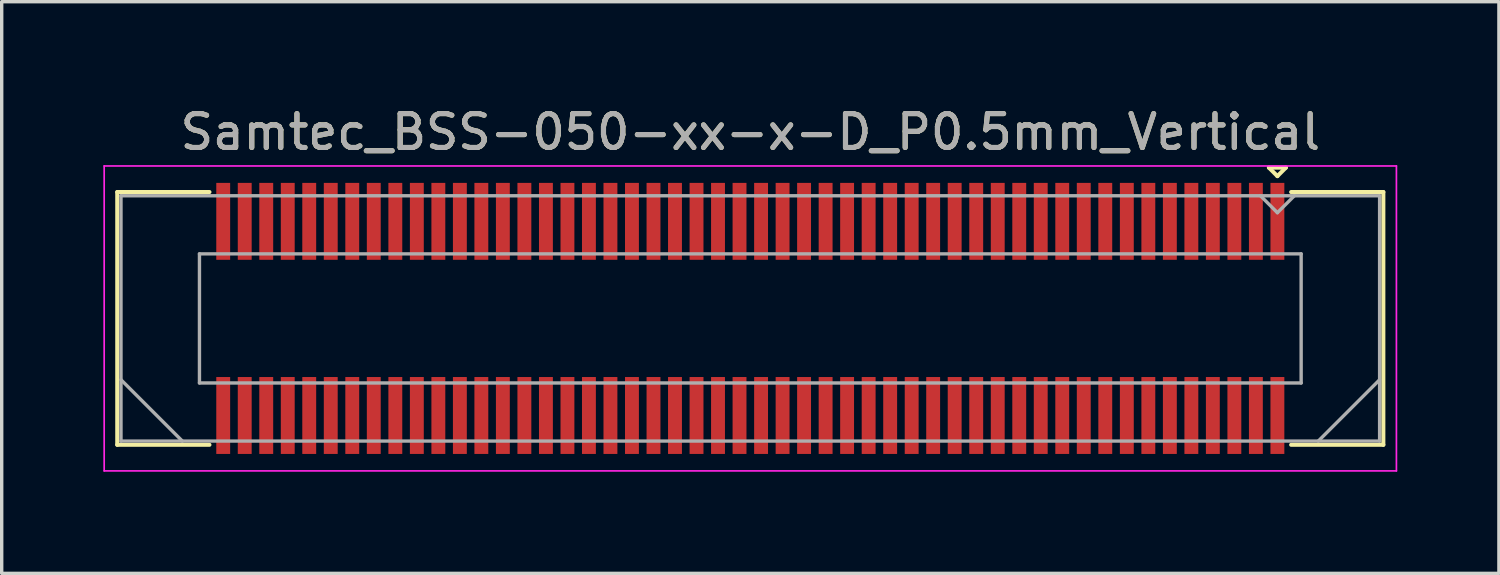
<source format=kicad_pcb>
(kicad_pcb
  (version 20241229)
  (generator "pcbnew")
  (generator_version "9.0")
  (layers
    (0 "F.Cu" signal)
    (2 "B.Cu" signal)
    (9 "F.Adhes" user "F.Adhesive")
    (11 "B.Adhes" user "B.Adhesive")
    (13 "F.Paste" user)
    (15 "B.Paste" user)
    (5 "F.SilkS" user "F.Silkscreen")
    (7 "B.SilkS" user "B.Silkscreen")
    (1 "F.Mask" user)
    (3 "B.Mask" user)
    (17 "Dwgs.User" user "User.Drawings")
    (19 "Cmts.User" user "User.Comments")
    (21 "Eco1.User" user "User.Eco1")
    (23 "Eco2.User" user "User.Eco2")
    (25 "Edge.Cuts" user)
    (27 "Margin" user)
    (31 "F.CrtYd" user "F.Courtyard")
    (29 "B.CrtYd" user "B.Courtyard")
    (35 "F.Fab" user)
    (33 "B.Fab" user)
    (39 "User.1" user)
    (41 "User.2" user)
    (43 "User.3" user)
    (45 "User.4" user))
  (footprint "Samtec_BSS-050-xx-x-D_P0.5mm_Vertical"
    (layer "F.Cu")
    (at 19.095 6.348)
    (property "Reference" "Samtec_BSS-050-xx-x-D_P0.5mm_Vertical" (at 0 -5.5 0) (layer "F.SilkS") (effects (font (size 1 1) (thickness 0.15))))
    (attr smd)
    (fp_line (start -18.684 -3.73) (end -15.963 -3.73) (stroke (width 0.12) (type solid)) (layer "F.SilkS"))
    (fp_line (start -18.684 3.73) (end -18.684 -3.73) (stroke (width 0.12) (type solid)) (layer "F.SilkS"))
    (fp_line (start -15.963 3.73) (end -18.684 3.73) (stroke (width 0.12) (type solid)) (layer "F.SilkS"))
    (fp_line (start 15.307 -4.45) (end 15.807 -4.45) (stroke (width 0.12) (type solid)) (layer "F.SilkS"))
    (fp_line (start 15.557 -4.2) (end 15.307 -4.45) (stroke (width 0.12) (type solid)) (layer "F.SilkS"))
    (fp_line (start 15.807 -4.45) (end 15.557 -4.2) (stroke (width 0.12) (type solid)) (layer "F.SilkS"))
    (fp_line (start 15.963 3.73) (end 18.684 3.73) (stroke (width 0.12) (type solid)) (layer "F.SilkS"))
    (fp_line (start 18.684 -3.73) (end 15.963 -3.73) (stroke (width 0.12) (type solid)) (layer "F.SilkS"))
    (fp_line (start 18.684 3.73) (end 18.684 -3.73) (stroke (width 0.12) (type solid)) (layer "F.SilkS"))
    (fp_line (start -19.07 -4.5) (end -19.07 4.5) (stroke (width 0.05) (type solid)) (layer "F.CrtYd"))
    (fp_line (start -19.07 4.5) (end 19.07 4.5) (stroke (width 0.05) (type solid)) (layer "F.CrtYd"))
    (fp_line (start 19.07 -4.5) (end -19.07 -4.5) (stroke (width 0.05) (type solid)) (layer "F.CrtYd"))
    (fp_line (start 19.07 4.5) (end 19.07 -4.5) (stroke (width 0.05) (type solid)) (layer "F.CrtYd"))
    (fp_line (start -18.574 -3.62) (end -18.574 3.62) (stroke (width 0.1) (type solid)) (layer "F.Fab"))
    (fp_line (start -18.574 1.81) (end -16.764 3.62) (stroke (width 0.1) (type solid)) (layer "F.Fab"))
    (fp_line (start -18.574 3.62) (end 18.574 3.62) (stroke (width 0.1) (type solid)) (layer "F.Fab"))
    (fp_line (start -16.258 -1.905) (end -16.258 1.905) (stroke (width 0.1) (type solid)) (layer "F.Fab"))
    (fp_line (start -16.258 1.905) (end 16.258 1.905) (stroke (width 0.1) (type solid)) (layer "F.Fab"))
    (fp_line (start 15.557 -3.12) (end 15.057 -3.62) (stroke (width 0.1) (type solid)) (layer "F.Fab"))
    (fp_line (start 16.058 -3.62) (end 15.557 -3.12) (stroke (width 0.1) (type solid)) (layer "F.Fab"))
    (fp_line (start 16.258 -1.905) (end -16.258 -1.905) (stroke (width 0.1) (type solid)) (layer "F.Fab"))
    (fp_line (start 16.258 1.905) (end 16.258 -1.905) (stroke (width 0.1) (type solid)) (layer "F.Fab"))
    (fp_line (start 18.574 -3.62) (end -18.574 -3.62) (stroke (width 0.1) (type solid)) (layer "F.Fab"))
    (fp_line (start 18.574 1.81) (end 16.764 3.62) (stroke (width 0.1) (type solid)) (layer "F.Fab"))
    (fp_line (start 18.574 3.62) (end 18.574 -3.62) (stroke (width 0.1) (type solid)) (layer "F.Fab"))
    (fp_text user "${REFERENCE}" (at 0 -5.5 0) (layer "F.Fab") (effects (font (size 1 1) (thickness 0.15))))
    (pad "1" smd rect (at 15.557 -2.865) (size 0.41 2.27) (layers "F.Cu" "F.Mask" "F.Paste"))
    (pad "2" smd rect (at 15.557 2.865) (size 0.41 2.27) (layers "F.Cu" "F.Mask" "F.Paste"))
    (pad "3" smd rect (at 14.922 -2.865) (size 0.41 2.27) (layers "F.Cu" "F.Mask" "F.Paste"))
    (pad "4" smd rect (at 14.922 2.865) (size 0.41 2.27) (layers "F.Cu" "F.Mask" "F.Paste"))
    (pad "5" smd rect (at 14.287 -2.865) (size 0.41 2.27) (layers "F.Cu" "F.Mask" "F.Paste"))
    (pad "6" smd rect (at 14.287 2.865) (size 0.41 2.27) (layers "F.Cu" "F.Mask" "F.Paste"))
    (pad "7" smd rect (at 13.652 -2.865) (size 0.41 2.27) (layers "F.Cu" "F.Mask" "F.Paste"))
    (pad "8" smd rect (at 13.652 2.865) (size 0.41 2.27) (layers "F.Cu" "F.Mask" "F.Paste"))
    (pad "9" smd rect (at 13.018 -2.865) (size 0.41 2.27) (layers "F.Cu" "F.Mask" "F.Paste"))
    (pad "10" smd rect (at 13.018 2.865) (size 0.41 2.27) (layers "F.Cu" "F.Mask" "F.Paste"))
    (pad "11" smd rect (at 12.383 -2.865) (size 0.41 2.27) (layers "F.Cu" "F.Mask" "F.Paste"))
    (pad "12" smd rect (at 12.383 2.865) (size 0.41 2.27) (layers "F.Cu" "F.Mask" "F.Paste"))
    (pad "13" smd rect (at 11.748 -2.865) (size 0.41 2.27) (layers "F.Cu" "F.Mask" "F.Paste"))
    (pad "14" smd rect (at 11.748 2.865) (size 0.41 2.27) (layers "F.Cu" "F.Mask" "F.Paste"))
    (pad "15" smd rect (at 11.113 -2.865) (size 0.41 2.27) (layers "F.Cu" "F.Mask" "F.Paste"))
    (pad "16" smd rect (at 11.113 2.865) (size 0.41 2.27) (layers "F.Cu" "F.Mask" "F.Paste"))
    (pad "17" smd rect (at 10.477 -2.865) (size 0.41 2.27) (layers "F.Cu" "F.Mask" "F.Paste"))
    (pad "18" smd rect (at 10.477 2.865) (size 0.41 2.27) (layers "F.Cu" "F.Mask" "F.Paste"))
    (pad "19" smd rect (at 9.842 -2.865) (size 0.41 2.27) (layers "F.Cu" "F.Mask" "F.Paste"))
    (pad "20" smd rect (at 9.842 2.865) (size 0.41 2.27) (layers "F.Cu" "F.Mask" "F.Paste"))
    (pad "21" smd rect (at 9.207 -2.865) (size 0.41 2.27) (layers "F.Cu" "F.Mask" "F.Paste"))
    (pad "22" smd rect (at 9.207 2.865) (size 0.41 2.27) (layers "F.Cu" "F.Mask" "F.Paste"))
    (pad "23" smd rect (at 8.572 -2.865) (size 0.41 2.27) (layers "F.Cu" "F.Mask" "F.Paste"))
    (pad "24" smd rect (at 8.572 2.865) (size 0.41 2.27) (layers "F.Cu" "F.Mask" "F.Paste"))
    (pad "25" smd rect (at 7.938 -2.865) (size 0.41 2.27) (layers "F.Cu" "F.Mask" "F.Paste"))
    (pad "26" smd rect (at 7.938 2.865) (size 0.41 2.27) (layers "F.Cu" "F.Mask" "F.Paste"))
    (pad "27" smd rect (at 7.303 -2.865) (size 0.41 2.27) (layers "F.Cu" "F.Mask" "F.Paste"))
    (pad "28" smd rect (at 7.303 2.865) (size 0.41 2.27) (layers "F.Cu" "F.Mask" "F.Paste"))
    (pad "29" smd rect (at 6.668 -2.865) (size 0.41 2.27) (layers "F.Cu" "F.Mask" "F.Paste"))
    (pad "30" smd rect (at 6.668 2.865) (size 0.41 2.27) (layers "F.Cu" "F.Mask" "F.Paste"))
    (pad "31" smd rect (at 6.032 -2.865) (size 0.41 2.27) (layers "F.Cu" "F.Mask" "F.Paste"))
    (pad "32" smd rect (at 6.032 2.865) (size 0.41 2.27) (layers "F.Cu" "F.Mask" "F.Paste"))
    (pad "33" smd rect (at 5.397 -2.865) (size 0.41 2.27) (layers "F.Cu" "F.Mask" "F.Paste"))
    (pad "34" smd rect (at 5.397 2.865) (size 0.41 2.27) (layers "F.Cu" "F.Mask" "F.Paste"))
    (pad "35" smd rect (at 4.763 -2.865) (size 0.41 2.27) (layers "F.Cu" "F.Mask" "F.Paste"))
    (pad "36" smd rect (at 4.763 2.865) (size 0.41 2.27) (layers "F.Cu" "F.Mask" "F.Paste"))
    (pad "37" smd rect (at 4.128 -2.865) (size 0.41 2.27) (layers "F.Cu" "F.Mask" "F.Paste"))
    (pad "38" smd rect (at 4.128 2.865) (size 0.41 2.27) (layers "F.Cu" "F.Mask" "F.Paste"))
    (pad "39" smd rect (at 3.493 -2.865) (size 0.41 2.27) (layers "F.Cu" "F.Mask" "F.Paste"))
    (pad "40" smd rect (at 3.493 2.865) (size 0.41 2.27) (layers "F.Cu" "F.Mask" "F.Paste"))
    (pad "41" smd rect (at 2.857 -2.865) (size 0.41 2.27) (layers "F.Cu" "F.Mask" "F.Paste"))
    (pad "42" smd rect (at 2.857 2.865) (size 0.41 2.27) (layers "F.Cu" "F.Mask" "F.Paste"))
    (pad "43" smd rect (at 2.223 -2.865) (size 0.41 2.27) (layers "F.Cu" "F.Mask" "F.Paste"))
    (pad "44" smd rect (at 2.223 2.865) (size 0.41 2.27) (layers "F.Cu" "F.Mask" "F.Paste"))
    (pad "45" smd rect (at 1.587 -2.865) (size 0.41 2.27) (layers "F.Cu" "F.Mask" "F.Paste"))
    (pad "46" smd rect (at 1.587 2.865) (size 0.41 2.27) (layers "F.Cu" "F.Mask" "F.Paste"))
    (pad "47" smd rect (at 0.953 -2.865) (size 0.41 2.27) (layers "F.Cu" "F.Mask" "F.Paste"))
    (pad "48" smd rect (at 0.953 2.865) (size 0.41 2.27) (layers "F.Cu" "F.Mask" "F.Paste"))
    (pad "49" smd rect (at 0.318 -2.865) (size 0.41 2.27) (layers "F.Cu" "F.Mask" "F.Paste"))
    (pad "50" smd rect (at 0.318 2.865) (size 0.41 2.27) (layers "F.Cu" "F.Mask" "F.Paste"))
    (pad "51" smd rect (at -0.318 -2.865) (size 0.41 2.27) (layers "F.Cu" "F.Mask" "F.Paste"))
    (pad "52" smd rect (at -0.318 2.865) (size 0.41 2.27) (layers "F.Cu" "F.Mask" "F.Paste"))
    (pad "53" smd rect (at -0.953 -2.865) (size 0.41 2.27) (layers "F.Cu" "F.Mask" "F.Paste"))
    (pad "54" smd rect (at -0.953 2.865) (size 0.41 2.27) (layers "F.Cu" "F.Mask" "F.Paste"))
    (pad "55" smd rect (at -1.587 -2.865) (size 0.41 2.27) (layers "F.Cu" "F.Mask" "F.Paste"))
    (pad "56" smd rect (at -1.587 2.865) (size 0.41 2.27) (layers "F.Cu" "F.Mask" "F.Paste"))
    (pad "57" smd rect (at -2.223 -2.865) (size 0.41 2.27) (layers "F.Cu" "F.Mask" "F.Paste"))
    (pad "58" smd rect (at -2.223 2.865) (size 0.41 2.27) (layers "F.Cu" "F.Mask" "F.Paste"))
    (pad "59" smd rect (at -2.857 -2.865) (size 0.41 2.27) (layers "F.Cu" "F.Mask" "F.Paste"))
    (pad "60" smd rect (at -2.857 2.865) (size 0.41 2.27) (layers "F.Cu" "F.Mask" "F.Paste"))
    (pad "61" smd rect (at -3.493 -2.865) (size 0.41 2.27) (layers "F.Cu" "F.Mask" "F.Paste"))
    (pad "62" smd rect (at -3.493 2.865) (size 0.41 2.27) (layers "F.Cu" "F.Mask" "F.Paste"))
    (pad "63" smd rect (at -4.128 -2.865) (size 0.41 2.27) (layers "F.Cu" "F.Mask" "F.Paste"))
    (pad "64" smd rect (at -4.128 2.865) (size 0.41 2.27) (layers "F.Cu" "F.Mask" "F.Paste"))
    (pad "65" smd rect (at -4.763 -2.865) (size 0.41 2.27) (layers "F.Cu" "F.Mask" "F.Paste"))
    (pad "66" smd rect (at -4.763 2.865) (size 0.41 2.27) (layers "F.Cu" "F.Mask" "F.Paste"))
    (pad "67" smd rect (at -5.397 -2.865) (size 0.41 2.27) (layers "F.Cu" "F.Mask" "F.Paste"))
    (pad "68" smd rect (at -5.397 2.865) (size 0.41 2.27) (layers "F.Cu" "F.Mask" "F.Paste"))
    (pad "69" smd rect (at -6.032 -2.865) (size 0.41 2.27) (layers "F.Cu" "F.Mask" "F.Paste"))
    (pad "70" smd rect (at -6.032 2.865) (size 0.41 2.27) (layers "F.Cu" "F.Mask" "F.Paste"))
    (pad "71" smd rect (at -6.668 -2.865) (size 0.41 2.27) (layers "F.Cu" "F.Mask" "F.Paste"))
    (pad "72" smd rect (at -6.668 2.865) (size 0.41 2.27) (layers "F.Cu" "F.Mask" "F.Paste"))
    (pad "73" smd rect (at -7.303 -2.865) (size 0.41 2.27) (layers "F.Cu" "F.Mask" "F.Paste"))
    (pad "74" smd rect (at -7.303 2.865) (size 0.41 2.27) (layers "F.Cu" "F.Mask" "F.Paste"))
    (pad "75" smd rect (at -7.938 -2.865) (size 0.41 2.27) (layers "F.Cu" "F.Mask" "F.Paste"))
    (pad "76" smd rect (at -7.938 2.865) (size 0.41 2.27) (layers "F.Cu" "F.Mask" "F.Paste"))
    (pad "77" smd rect (at -8.572 -2.865) (size 0.41 2.27) (layers "F.Cu" "F.Mask" "F.Paste"))
    (pad "78" smd rect (at -8.572 2.865) (size 0.41 2.27) (layers "F.Cu" "F.Mask" "F.Paste"))
    (pad "79" smd rect (at -9.207 -2.865) (size 0.41 2.27) (layers "F.Cu" "F.Mask" "F.Paste"))
    (pad "80" smd rect (at -9.207 2.865) (size 0.41 2.27) (layers "F.Cu" "F.Mask" "F.Paste"))
    (pad "81" smd rect (at -9.842 -2.865) (size 0.41 2.27) (layers "F.Cu" "F.Mask" "F.Paste"))
    (pad "82" smd rect (at -9.842 2.865) (size 0.41 2.27) (layers "F.Cu" "F.Mask" "F.Paste"))
    (pad "83" smd rect (at -10.477 -2.865) (size 0.41 2.27) (layers "F.Cu" "F.Mask" "F.Paste"))
    (pad "84" smd rect (at -10.477 2.865) (size 0.41 2.27) (layers "F.Cu" "F.Mask" "F.Paste"))
    (pad "85" smd rect (at -11.113 -2.865) (size 0.41 2.27) (layers "F.Cu" "F.Mask" "F.Paste"))
    (pad "86" smd rect (at -11.113 2.865) (size 0.41 2.27) (layers "F.Cu" "F.Mask" "F.Paste"))
    (pad "87" smd rect (at -11.748 -2.865) (size 0.41 2.27) (layers "F.Cu" "F.Mask" "F.Paste"))
    (pad "88" smd rect (at -11.748 2.865) (size 0.41 2.27) (layers "F.Cu" "F.Mask" "F.Paste"))
    (pad "89" smd rect (at -12.383 -2.865) (size 0.41 2.27) (layers "F.Cu" "F.Mask" "F.Paste"))
    (pad "90" smd rect (at -12.383 2.865) (size 0.41 2.27) (layers "F.Cu" "F.Mask" "F.Paste"))
    (pad "91" smd rect (at -13.018 -2.865) (size 0.41 2.27) (layers "F.Cu" "F.Mask" "F.Paste"))
    (pad "92" smd rect (at -13.018 2.865) (size 0.41 2.27) (layers "F.Cu" "F.Mask" "F.Paste"))
    (pad "93" smd rect (at -13.652 -2.865) (size 0.41 2.27) (layers "F.Cu" "F.Mask" "F.Paste"))
    (pad "94" smd rect (at -13.652 2.865) (size 0.41 2.27) (layers "F.Cu" "F.Mask" "F.Paste"))
    (pad "95" smd rect (at -14.287 -2.865) (size 0.41 2.27) (layers "F.Cu" "F.Mask" "F.Paste"))
    (pad "96" smd rect (at -14.287 2.865) (size 0.41 2.27) (layers "F.Cu" "F.Mask" "F.Paste"))
    (pad "97" smd rect (at -14.922 -2.865) (size 0.41 2.27) (layers "F.Cu" "F.Mask" "F.Paste"))
    (pad "98" smd rect (at -14.922 2.865) (size 0.41 2.27) (layers "F.Cu" "F.Mask" "F.Paste"))
    (pad "99" smd rect (at -15.557 -2.865) (size 0.41 2.27) (layers "F.Cu" "F.Mask" "F.Paste"))
    (pad "100" smd rect (at -15.557 2.865) (size 0.41 2.27) (layers "F.Cu" "F.Mask" "F.Paste")))
  (gr_rect
    (start -3 -3)
    (end 41.19 13.873)
    (stroke (width 0.1) (type default))
    (fill no)
    (layer "Edge.Cuts")))
</source>
